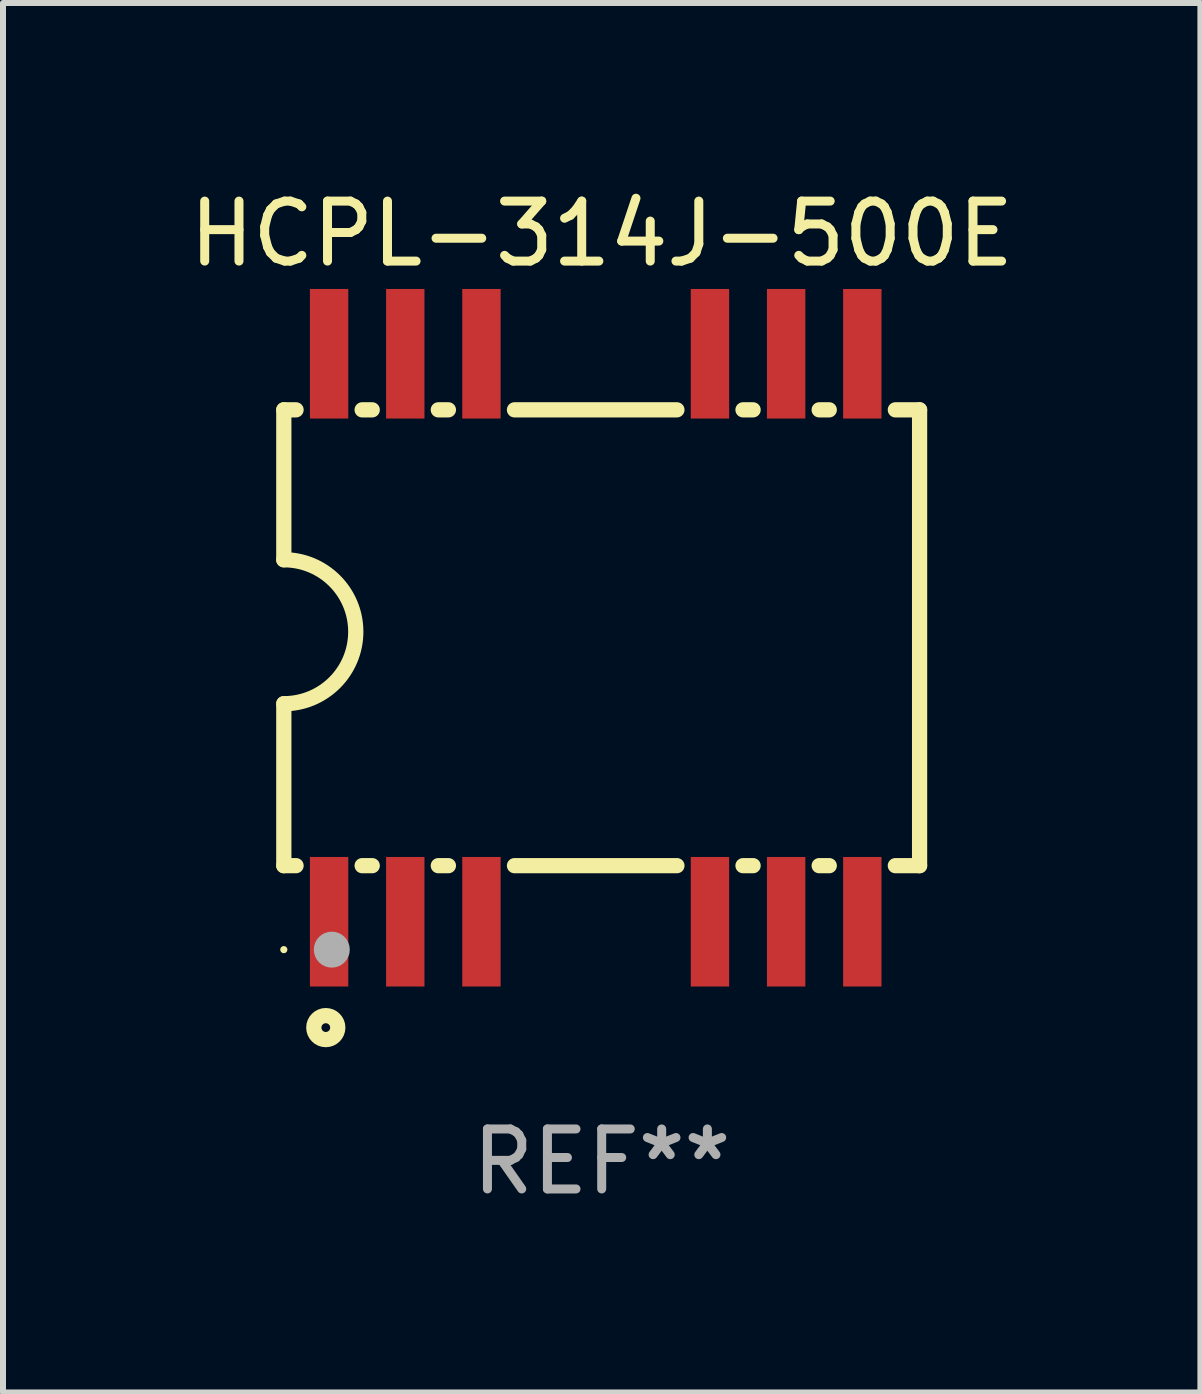
<source format=kicad_pcb>
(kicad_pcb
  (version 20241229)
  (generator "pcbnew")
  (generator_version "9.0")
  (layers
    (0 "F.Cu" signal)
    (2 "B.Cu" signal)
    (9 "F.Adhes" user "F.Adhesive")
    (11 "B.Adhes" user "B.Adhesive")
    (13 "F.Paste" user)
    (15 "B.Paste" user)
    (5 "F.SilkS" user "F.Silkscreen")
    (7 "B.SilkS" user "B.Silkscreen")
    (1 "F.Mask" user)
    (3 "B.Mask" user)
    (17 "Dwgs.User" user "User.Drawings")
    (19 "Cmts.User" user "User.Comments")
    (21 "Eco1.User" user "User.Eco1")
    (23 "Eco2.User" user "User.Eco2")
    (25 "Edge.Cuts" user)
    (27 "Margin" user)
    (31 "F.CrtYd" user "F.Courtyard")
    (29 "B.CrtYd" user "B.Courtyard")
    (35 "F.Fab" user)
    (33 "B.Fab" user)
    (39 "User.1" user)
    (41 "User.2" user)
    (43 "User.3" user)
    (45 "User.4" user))
  (footprint "HCPL-314J-500E"
    (layer "F.Cu")
    (at 6.982 7.583)
    (property "Reference" "HCPL-314J-500E" (at 0 -6.735 0) (layer "F.SilkS") (effects (font (size 1 1) (thickness 0.15))))
    (attr through_hole)
    (fp_line (start -5.3 -3.8) (end -5.3 -1.3) (stroke (width 0.254) (type solid)) (layer "F.SilkS"))
    (fp_line (start -5.3 -3.8) (end -5.096 -3.8) (stroke (width 0.254) (type solid)) (layer "F.SilkS"))
    (fp_line (start -5.3 3.8) (end -5.3 1.1) (stroke (width 0.254) (type solid)) (layer "F.SilkS"))
    (fp_line (start -5.096 3.8) (end -5.3 3.8) (stroke (width 0.254) (type solid)) (layer "F.SilkS"))
    (fp_line (start -3.994 -3.8) (end -3.826 -3.8) (stroke (width 0.254) (type solid)) (layer "F.SilkS"))
    (fp_line (start -3.826 3.8) (end -3.994 3.8) (stroke (width 0.254) (type solid)) (layer "F.SilkS"))
    (fp_line (start -2.724 -3.8) (end -2.556 -3.8) (stroke (width 0.254) (type solid)) (layer "F.SilkS"))
    (fp_line (start -2.556 3.8) (end -2.724 3.8) (stroke (width 0.254) (type solid)) (layer "F.SilkS"))
    (fp_line (start -1.454 -3.8) (end 1.254 -3.8) (stroke (width 0.254) (type solid)) (layer "F.SilkS"))
    (fp_line (start 1.254 3.8) (end -1.454 3.8) (stroke (width 0.254) (type solid)) (layer "F.SilkS"))
    (fp_line (start 2.356 -3.8) (end 2.524 -3.8) (stroke (width 0.254) (type solid)) (layer "F.SilkS"))
    (fp_line (start 2.524 3.8) (end 2.356 3.8) (stroke (width 0.254) (type solid)) (layer "F.SilkS"))
    (fp_line (start 3.626 -3.8) (end 3.794 -3.8) (stroke (width 0.254) (type solid)) (layer "F.SilkS"))
    (fp_line (start 3.794 3.8) (end 3.626 3.8) (stroke (width 0.254) (type solid)) (layer "F.SilkS"))
    (fp_line (start 4.896 -3.8) (end 5.3 -3.8) (stroke (width 0.254) (type solid)) (layer "F.SilkS"))
    (fp_line (start 5.3 -3.8) (end 5.3 3.8) (stroke (width 0.254) (type solid)) (layer "F.SilkS"))
    (fp_line (start 5.3 3.8) (end 4.896 3.8) (stroke (width 0.254) (type solid)) (layer "F.SilkS"))
    (fp_arc (start -5.30066 -1.300305) (mid -4.100533 -0.100495) (end -5.300025 1.099949) (stroke (width 0.254001) (type solid)) (layer "F.SilkS"))
    (fp_circle (center -5.3 5.2) (end -5.27 5.2) (stroke (width 0.06) (type solid)) (fill no) (layer "F.SilkS"))
    (fp_circle (center -4.6 6.5) (end -4.4 6.5) (stroke (width 0.254) (type solid)) (fill no) (layer "F.SilkS"))
    (fp_circle (center -4.5 5.2) (end -4.35 5.2) (stroke (width 0.3) (type solid)) (fill no) (layer "F.Fab"))
    (fp_text user "REF**" (at 0 8.735 0) (layer "F.Fab") (effects (font (size 1 1) (thickness 0.15))))
    (pad "1" smd rect (at -4.545 4.735) (size 0.64 2.16) (layers "F.Cu" "F.Mask" "F.Paste"))
    (pad "2" smd rect (at -3.275 4.735) (size 0.64 2.16) (layers "F.Cu" "F.Mask" "F.Paste"))
    (pad "3" smd rect (at -2.005 4.735) (size 0.64 2.16) (layers "F.Cu" "F.Mask" "F.Paste"))
    (pad "6" smd rect (at 1.805 4.735) (size 0.64 2.16) (layers "F.Cu" "F.Mask" "F.Paste"))
    (pad "7" smd rect (at 3.075 4.735) (size 0.64 2.16) (layers "F.Cu" "F.Mask" "F.Paste"))
    (pad "8" smd rect (at 4.345 4.735) (size 0.64 2.16) (layers "F.Cu" "F.Mask" "F.Paste"))
    (pad "9" smd rect (at 4.345 -4.735) (size 0.64 2.16) (layers "F.Cu" "F.Mask" "F.Paste"))
    (pad "10" smd rect (at 3.075 -4.735) (size 0.64 2.16) (layers "F.Cu" "F.Mask" "F.Paste"))
    (pad "11" smd rect (at 1.805 -4.735) (size 0.64 2.16) (layers "F.Cu" "F.Mask" "F.Paste"))
    (pad "14" smd rect (at -2.005 -4.735) (size 0.64 2.16) (layers "F.Cu" "F.Mask" "F.Paste"))
    (pad "15" smd rect (at -3.275 -4.735) (size 0.64 2.16) (layers "F.Cu" "F.Mask" "F.Paste"))
    (pad "16" smd rect (at -4.545 -4.735) (size 0.64 2.16) (layers "F.Cu" "F.Mask" "F.Paste")))
  (gr_rect
    (start -3 -3)
    (end 16.964 20.166)
    (stroke (width 0.1) (type default))
    (fill no)
    (layer "Edge.Cuts")))
</source>
